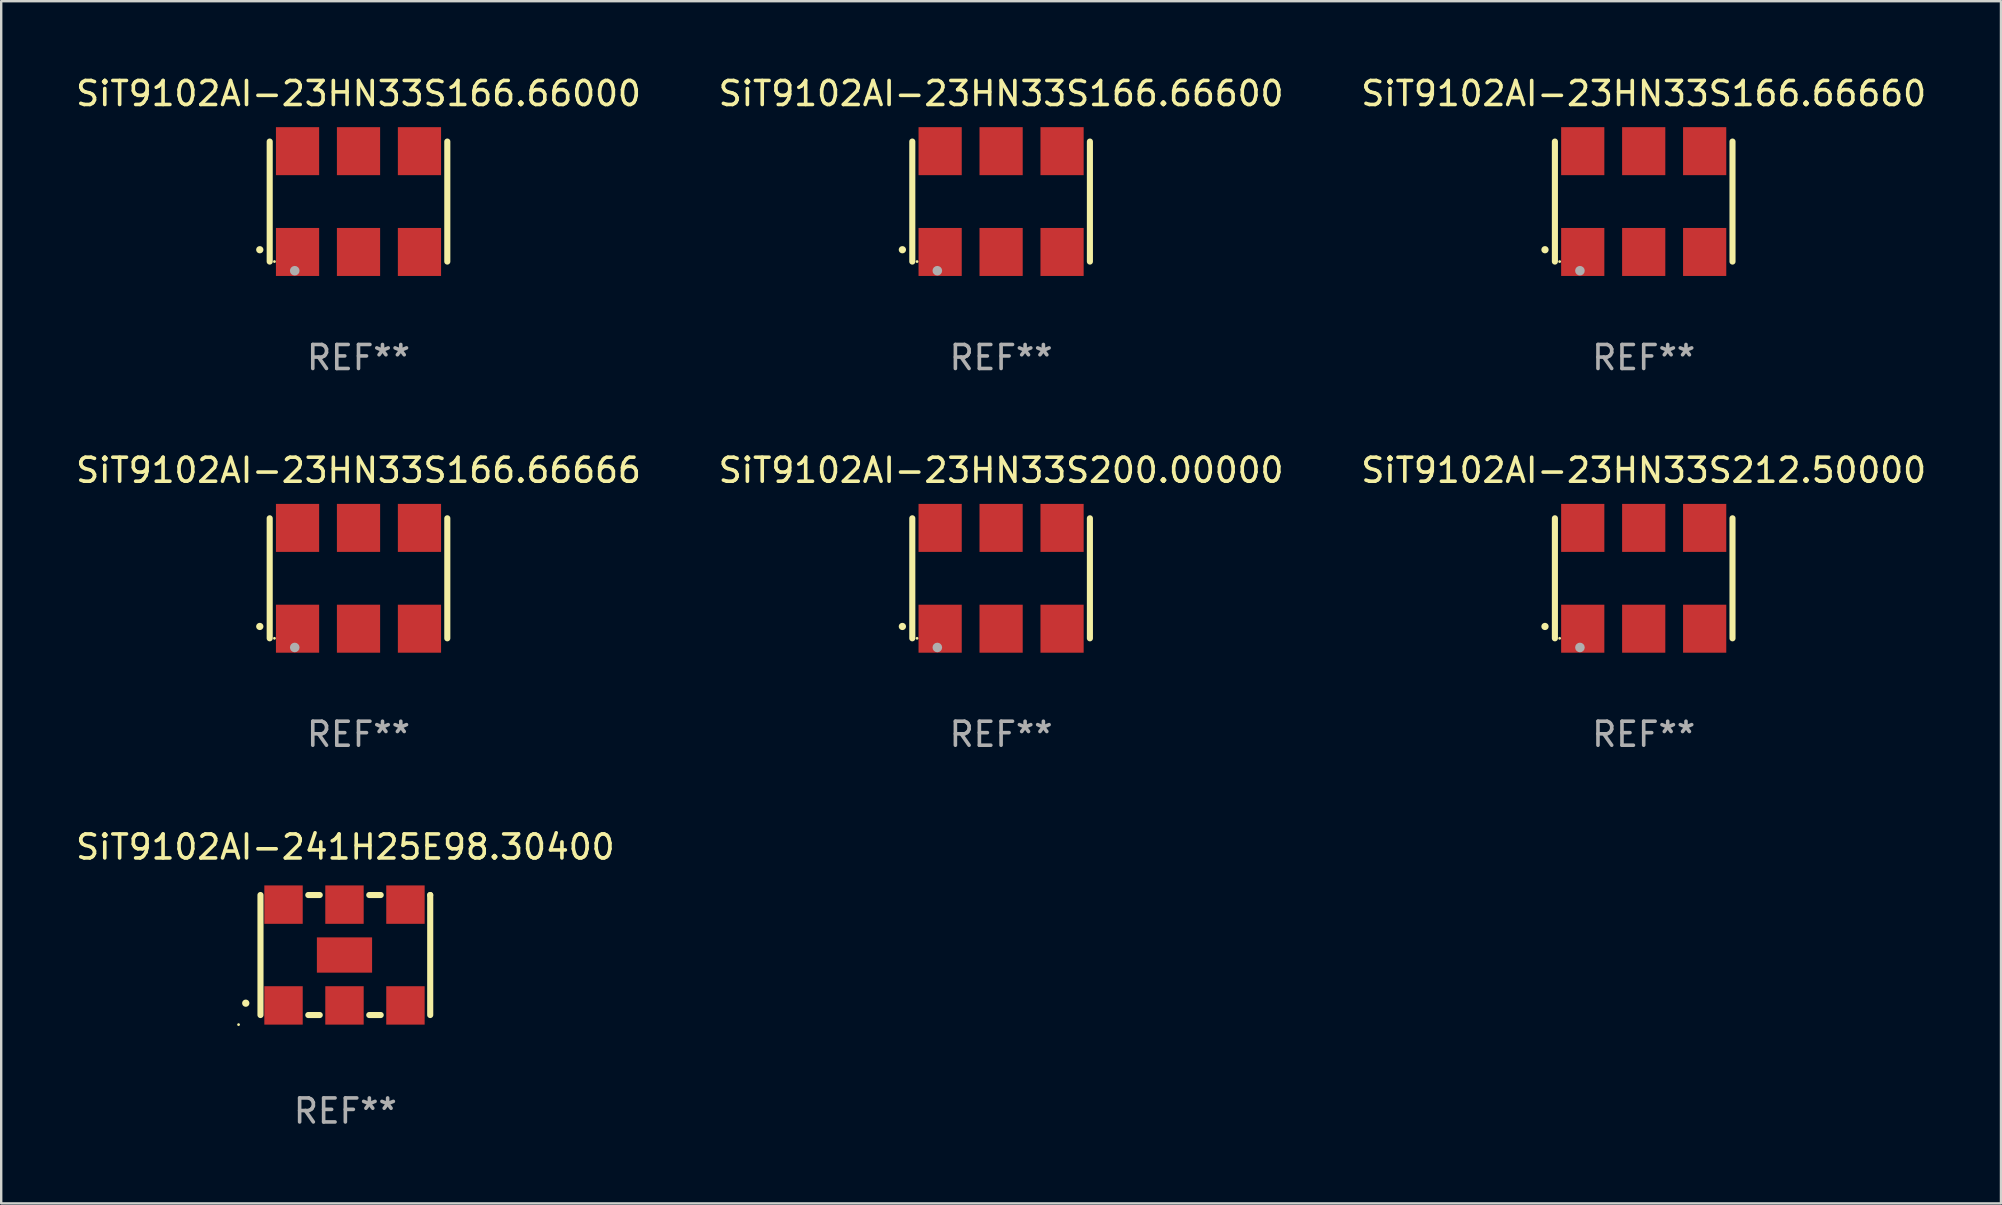
<source format=kicad_pcb>
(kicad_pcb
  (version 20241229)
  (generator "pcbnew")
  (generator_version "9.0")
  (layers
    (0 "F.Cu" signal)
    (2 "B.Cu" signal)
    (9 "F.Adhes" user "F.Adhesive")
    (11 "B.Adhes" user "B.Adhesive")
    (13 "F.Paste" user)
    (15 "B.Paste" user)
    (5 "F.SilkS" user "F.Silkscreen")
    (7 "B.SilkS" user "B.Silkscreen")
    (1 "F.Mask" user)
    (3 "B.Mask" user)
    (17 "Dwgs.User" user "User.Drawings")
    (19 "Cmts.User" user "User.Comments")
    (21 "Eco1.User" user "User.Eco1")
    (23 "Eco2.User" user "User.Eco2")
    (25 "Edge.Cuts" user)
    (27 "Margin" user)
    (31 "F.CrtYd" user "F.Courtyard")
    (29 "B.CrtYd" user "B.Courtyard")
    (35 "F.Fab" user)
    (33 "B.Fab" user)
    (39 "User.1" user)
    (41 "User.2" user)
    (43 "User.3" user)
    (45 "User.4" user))
  (footprint "SiT9102AI-23HN33S200.00000"
    (layer "F.Cu")
    (at 38.661 21.045)
    (property "Reference" "SiT9102AI-23HN33S200.00000" (at 0 -4.5 0) (layer "F.SilkS") (effects (font (size 1 1) (thickness 0.15))))
    (attr through_hole)
    (fp_line (start -3.7 -2.5) (end -3.7 2.5) (stroke (width 0.254) (type solid)) (layer "F.SilkS"))
    (fp_line (start 3.7 -2.5) (end 3.7 2.5) (stroke (width 0.254) (type solid)) (layer "F.SilkS"))
    (fp_arc (start -4.114415 2.006604) (mid -4.113145 2.006599) (end -4.111875 2.006604) (stroke (width 0.3) (type solid)) (layer "F.SilkS"))
    (fp_circle (center -3.502 2.5) (end -3.472 2.5) (stroke (width 0.06) (type solid)) (fill no) (layer "F.SilkS"))
    (fp_circle (center -2.657 2.882) (end -2.557 2.882) (stroke (width 0.2) (type solid)) (fill no) (layer "F.Fab"))
    (fp_text user "REF**" (at 0 6.5 0) (layer "F.Fab") (effects (font (size 1 1) (thickness 0.15))))
    (pad "1" smd rect (at -2.54 2.1) (size 1.8 2) (layers "F.Cu" "F.Mask" "F.Paste"))
    (pad "2" smd rect (at 0.000394 2.1) (size 1.8 2) (layers "F.Cu" "F.Mask" "F.Paste"))
    (pad "3" smd rect (at 2.54 2.1) (size 1.8 2) (layers "F.Cu" "F.Mask" "F.Paste"))
    (pad "4" smd rect (at 2.54 -2.1) (size 1.8 2) (layers "F.Cu" "F.Mask" "F.Paste"))
    (pad "5" smd rect (at 0.000394 -2.1) (size 1.8 2) (layers "F.Cu" "F.Mask" "F.Paste"))
    (pad "6" smd rect (at -2.54 -2.1) (size 1.8 2) (layers "F.Cu" "F.Mask" "F.Paste")))
  (footprint "SiT9102AI-23HN33S166.66000"
    (layer "F.Cu")
    (at 11.887 5.348)
    (property "Reference" "SiT9102AI-23HN33S166.66000" (at 0 -4.5 0) (layer "F.SilkS") (effects (font (size 1 1) (thickness 0.15))))
    (attr through_hole)
    (fp_line (start -3.7 -2.5) (end -3.7 2.5) (stroke (width 0.254) (type solid)) (layer "F.SilkS"))
    (fp_line (start 3.7 -2.5) (end 3.7 2.5) (stroke (width 0.254) (type solid)) (layer "F.SilkS"))
    (fp_arc (start -4.114415 2.006604) (mid -4.113145 2.006599) (end -4.111875 2.006604) (stroke (width 0.3) (type solid)) (layer "F.SilkS"))
    (fp_circle (center -3.502 2.5) (end -3.472 2.5) (stroke (width 0.06) (type solid)) (fill no) (layer "F.SilkS"))
    (fp_circle (center -2.657 2.882) (end -2.557 2.882) (stroke (width 0.2) (type solid)) (fill no) (layer "F.Fab"))
    (fp_text user "REF**" (at 0 6.5 0) (layer "F.Fab") (effects (font (size 1 1) (thickness 0.15))))
    (pad "1" smd rect (at -2.54 2.1) (size 1.8 2) (layers "F.Cu" "F.Mask" "F.Paste"))
    (pad "2" smd rect (at 0.000394 2.1) (size 1.8 2) (layers "F.Cu" "F.Mask" "F.Paste"))
    (pad "3" smd rect (at 2.54 2.1) (size 1.8 2) (layers "F.Cu" "F.Mask" "F.Paste"))
    (pad "4" smd rect (at 2.54 -2.1) (size 1.8 2) (layers "F.Cu" "F.Mask" "F.Paste"))
    (pad "5" smd rect (at 0.000394 -2.1) (size 1.8 2) (layers "F.Cu" "F.Mask" "F.Paste"))
    (pad "6" smd rect (at -2.54 -2.1) (size 1.8 2) (layers "F.Cu" "F.Mask" "F.Paste")))
  (footprint "SiT9102AI-241H25E98.30400"
    (layer "F.Cu")
    (at 11.339 36.741)
    (property "Reference" "SiT9102AI-241H25E98.30400" (at 0 -4.5 0) (layer "F.SilkS") (effects (font (size 1 1) (thickness 0.15))))
    (attr through_hole)
    (fp_line (start -3.536 -2.5) (end -3.536 2.5) (stroke (width 0.254) (type solid)) (layer "F.SilkS"))
    (fp_line (start -1.544 2.5) (end -1.067 2.5) (stroke (width 0.254) (type solid)) (layer "F.SilkS"))
    (fp_line (start -1.067 -2.5) (end -1.544 -2.5) (stroke (width 0.254) (type solid)) (layer "F.SilkS"))
    (fp_line (start 0.996 2.5) (end 1.473 2.5) (stroke (width 0.254) (type solid)) (layer "F.SilkS"))
    (fp_line (start 1.473 -2.5) (end 0.996 -2.5) (stroke (width 0.254) (type solid)) (layer "F.SilkS"))
    (fp_line (start 3.536 -2.5) (end 3.536 -2.5) (stroke (width 0.254) (type solid)) (layer "F.SilkS"))
    (fp_line (start 3.536 2.5) (end 3.536 -2.5) (stroke (width 0.254) (type solid)) (layer "F.SilkS"))
    (fp_arc (start -4.150432 2.006604) (mid -4.149162 2.006599) (end -4.147892 2.006604) (stroke (width 0.3) (type solid)) (layer "F.SilkS"))
    (fp_circle (center -4.449 2.9) (end -4.419 2.9) (stroke (width 0.06) (type solid)) (fill no) (layer "F.SilkS"))
    (fp_text user "REF**" (at 0 6.5 0) (layer "F.Fab") (effects (font (size 1 1) (thickness 0.15))))
    (pad "1" smd rect (at -2.576 2.1) (size 1.6 1.6) (layers "F.Cu" "F.Mask" "F.Paste"))
    (pad "2" smd rect (at -0.036 2.1) (size 1.6 1.6) (layers "F.Cu" "F.Mask" "F.Paste"))
    (pad "3" smd rect (at 2.504 2.1) (size 1.6 1.6) (layers "F.Cu" "F.Mask" "F.Paste"))
    (pad "4" smd rect (at 2.504 -2.1) (size 1.6 1.6) (layers "F.Cu" "F.Mask" "F.Paste"))
    (pad "5" smd rect (at -0.036 -2.1) (size 1.6 1.6) (layers "F.Cu" "F.Mask" "F.Paste"))
    (pad "6" smd rect (at -2.576 -2.1) (size 1.6 1.6) (layers "F.Cu" "F.Mask" "F.Paste"))
    (pad "7" smd rect (at -0.036 0) (size 2.3 1.47) (layers "F.Cu" "F.Mask" "F.Paste")))
  (footprint "SiT9102AI-23HN33S166.66666"
    (layer "F.Cu")
    (at 11.887 21.045)
    (property "Reference" "SiT9102AI-23HN33S166.66666" (at 0 -4.5 0) (layer "F.SilkS") (effects (font (size 1 1) (thickness 0.15))))
    (attr through_hole)
    (fp_line (start -3.7 -2.5) (end -3.7 2.5) (stroke (width 0.254) (type solid)) (layer "F.SilkS"))
    (fp_line (start 3.7 -2.5) (end 3.7 2.5) (stroke (width 0.254) (type solid)) (layer "F.SilkS"))
    (fp_arc (start -4.114415 2.006604) (mid -4.113145 2.006599) (end -4.111875 2.006604) (stroke (width 0.3) (type solid)) (layer "F.SilkS"))
    (fp_circle (center -3.502 2.5) (end -3.472 2.5) (stroke (width 0.06) (type solid)) (fill no) (layer "F.SilkS"))
    (fp_circle (center -2.657 2.882) (end -2.557 2.882) (stroke (width 0.2) (type solid)) (fill no) (layer "F.Fab"))
    (fp_text user "REF**" (at 0 6.5 0) (layer "F.Fab") (effects (font (size 1 1) (thickness 0.15))))
    (pad "1" smd rect (at -2.54 2.1) (size 1.8 2) (layers "F.Cu" "F.Mask" "F.Paste"))
    (pad "2" smd rect (at 0.000394 2.1) (size 1.8 2) (layers "F.Cu" "F.Mask" "F.Paste"))
    (pad "3" smd rect (at 2.54 2.1) (size 1.8 2) (layers "F.Cu" "F.Mask" "F.Paste"))
    (pad "4" smd rect (at 2.54 -2.1) (size 1.8 2) (layers "F.Cu" "F.Mask" "F.Paste"))
    (pad "5" smd rect (at 0.000394 -2.1) (size 1.8 2) (layers "F.Cu" "F.Mask" "F.Paste"))
    (pad "6" smd rect (at -2.54 -2.1) (size 1.8 2) (layers "F.Cu" "F.Mask" "F.Paste")))
  (footprint "SiT9102AI-23HN33S212.50000"
    (layer "F.Cu")
    (at 65.435 21.045)
    (property "Reference" "SiT9102AI-23HN33S212.50000" (at 0 -4.5 0) (layer "F.SilkS") (effects (font (size 1 1) (thickness 0.15))))
    (attr through_hole)
    (fp_line (start -3.7 -2.5) (end -3.7 2.5) (stroke (width 0.254) (type solid)) (layer "F.SilkS"))
    (fp_line (start 3.7 -2.5) (end 3.7 2.5) (stroke (width 0.254) (type solid)) (layer "F.SilkS"))
    (fp_arc (start -4.114415 2.006604) (mid -4.113145 2.006599) (end -4.111875 2.006604) (stroke (width 0.3) (type solid)) (layer "F.SilkS"))
    (fp_circle (center -3.502 2.5) (end -3.472 2.5) (stroke (width 0.06) (type solid)) (fill no) (layer "F.SilkS"))
    (fp_circle (center -2.657 2.882) (end -2.557 2.882) (stroke (width 0.2) (type solid)) (fill no) (layer "F.Fab"))
    (fp_text user "REF**" (at 0 6.5 0) (layer "F.Fab") (effects (font (size 1 1) (thickness 0.15))))
    (pad "1" smd rect (at -2.54 2.1) (size 1.8 2) (layers "F.Cu" "F.Mask" "F.Paste"))
    (pad "2" smd rect (at 0.000394 2.1) (size 1.8 2) (layers "F.Cu" "F.Mask" "F.Paste"))
    (pad "3" smd rect (at 2.54 2.1) (size 1.8 2) (layers "F.Cu" "F.Mask" "F.Paste"))
    (pad "4" smd rect (at 2.54 -2.1) (size 1.8 2) (layers "F.Cu" "F.Mask" "F.Paste"))
    (pad "5" smd rect (at 0.000394 -2.1) (size 1.8 2) (layers "F.Cu" "F.Mask" "F.Paste"))
    (pad "6" smd rect (at -2.54 -2.1) (size 1.8 2) (layers "F.Cu" "F.Mask" "F.Paste")))
  (footprint "SiT9102AI-23HN33S166.66660"
    (layer "F.Cu")
    (at 65.435 5.348)
    (property "Reference" "SiT9102AI-23HN33S166.66660" (at 0 -4.5 0) (layer "F.SilkS") (effects (font (size 1 1) (thickness 0.15))))
    (attr through_hole)
    (fp_line (start -3.7 -2.5) (end -3.7 2.5) (stroke (width 0.254) (type solid)) (layer "F.SilkS"))
    (fp_line (start 3.7 -2.5) (end 3.7 2.5) (stroke (width 0.254) (type solid)) (layer "F.SilkS"))
    (fp_arc (start -4.114415 2.006604) (mid -4.113145 2.006599) (end -4.111875 2.006604) (stroke (width 0.3) (type solid)) (layer "F.SilkS"))
    (fp_circle (center -3.502 2.5) (end -3.472 2.5) (stroke (width 0.06) (type solid)) (fill no) (layer "F.SilkS"))
    (fp_circle (center -2.657 2.882) (end -2.557 2.882) (stroke (width 0.2) (type solid)) (fill no) (layer "F.Fab"))
    (fp_text user "REF**" (at 0 6.5 0) (layer "F.Fab") (effects (font (size 1 1) (thickness 0.15))))
    (pad "1" smd rect (at -2.54 2.1) (size 1.8 2) (layers "F.Cu" "F.Mask" "F.Paste"))
    (pad "2" smd rect (at 0.000394 2.1) (size 1.8 2) (layers "F.Cu" "F.Mask" "F.Paste"))
    (pad "3" smd rect (at 2.54 2.1) (size 1.8 2) (layers "F.Cu" "F.Mask" "F.Paste"))
    (pad "4" smd rect (at 2.54 -2.1) (size 1.8 2) (layers "F.Cu" "F.Mask" "F.Paste"))
    (pad "5" smd rect (at 0.000394 -2.1) (size 1.8 2) (layers "F.Cu" "F.Mask" "F.Paste"))
    (pad "6" smd rect (at -2.54 -2.1) (size 1.8 2) (layers "F.Cu" "F.Mask" "F.Paste")))
  (footprint "SiT9102AI-23HN33S166.66600"
    (layer "F.Cu")
    (at 38.661 5.348)
    (property "Reference" "SiT9102AI-23HN33S166.66600" (at 0 -4.5 0) (layer "F.SilkS") (effects (font (size 1 1) (thickness 0.15))))
    (attr through_hole)
    (fp_line (start -3.7 -2.5) (end -3.7 2.5) (stroke (width 0.254) (type solid)) (layer "F.SilkS"))
    (fp_line (start 3.7 -2.5) (end 3.7 2.5) (stroke (width 0.254) (type solid)) (layer "F.SilkS"))
    (fp_arc (start -4.114415 2.006604) (mid -4.113145 2.006599) (end -4.111875 2.006604) (stroke (width 0.3) (type solid)) (layer "F.SilkS"))
    (fp_circle (center -3.502 2.5) (end -3.472 2.5) (stroke (width 0.06) (type solid)) (fill no) (layer "F.SilkS"))
    (fp_circle (center -2.657 2.882) (end -2.557 2.882) (stroke (width 0.2) (type solid)) (fill no) (layer "F.Fab"))
    (fp_text user "REF**" (at 0 6.5 0) (layer "F.Fab") (effects (font (size 1 1) (thickness 0.15))))
    (pad "1" smd rect (at -2.54 2.1) (size 1.8 2) (layers "F.Cu" "F.Mask" "F.Paste"))
    (pad "2" smd rect (at 0.000394 2.1) (size 1.8 2) (layers "F.Cu" "F.Mask" "F.Paste"))
    (pad "3" smd rect (at 2.54 2.1) (size 1.8 2) (layers "F.Cu" "F.Mask" "F.Paste"))
    (pad "4" smd rect (at 2.54 -2.1) (size 1.8 2) (layers "F.Cu" "F.Mask" "F.Paste"))
    (pad "5" smd rect (at 0.000394 -2.1) (size 1.8 2) (layers "F.Cu" "F.Mask" "F.Paste"))
    (pad "6" smd rect (at -2.54 -2.1) (size 1.8 2) (layers "F.Cu" "F.Mask" "F.Paste")))
  (gr_rect
    (start -3 -3)
    (end 80.321 47.09)
    (stroke (width 0.1) (type default))
    (fill no)
    (layer "Edge.Cuts")))
</source>
